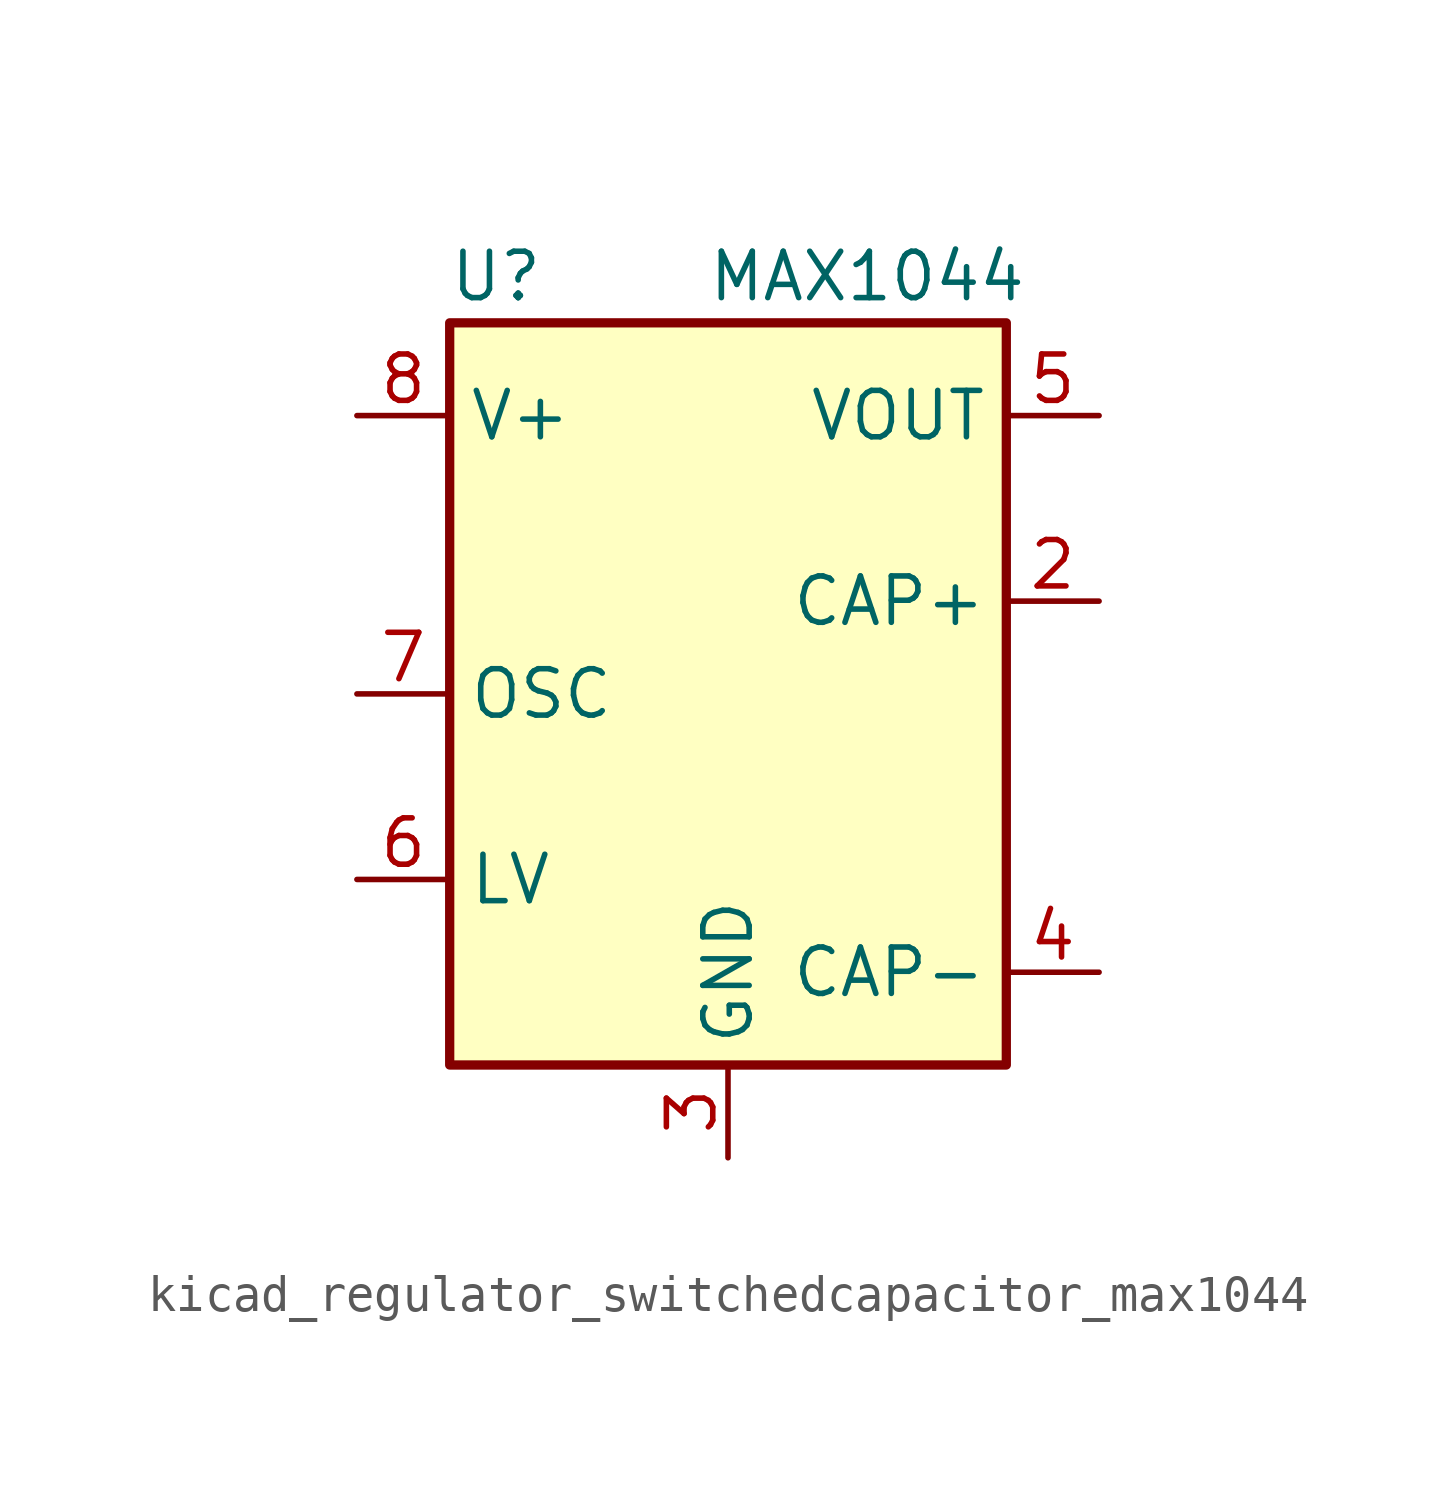
<source format=kicad_sym>
(kicad_symbol_lib
  (version 20220914)
  (generator kicad_symbol_editor)
  (symbol "kicad_regulator_switchedcapacitor_max1044"
    (property "Reference" "U"
      (at -6.35 11.43 0)
      (effects (font (size 1.27 1.27))))
    (property "Value" "MAX1044"
      (at 3.81 11.43 0)
      (effects (font (size 1.27 1.27))))
    (symbol "kicad_regulator_switchedcapacitor_max1044_0_1"
      (rectangle (start -7.62 10.16) (end 7.62 -10.16) (stroke (width 0.254) (type default)) (fill (type background))))
    (symbol "kicad_regulator_switchedcapacitor_max1044_1_1"
      (pin no_connect line (at -7.62 5.08 0) (length 2.54) hide (name "NC" (effects (font (size 1.27 1.27)))) (number "1" (effects (font (size 1.27 1.27)))))
      (pin input line (at 10.16 2.54 180) (length 2.54) (name "CAP+" (effects (font (size 1.27 1.27)))) (number "2" (effects (font (size 1.27 1.27)))))
      (pin power_in line (at 0 -12.7 90) (length 2.54) (name "GND" (effects (font (size 1.27 1.27)))) (number "3" (effects (font (size 1.27 1.27)))))
      (pin input line (at 10.16 -7.62 180) (length 2.54) (name "CAP-" (effects (font (size 1.27 1.27)))) (number "4" (effects (font (size 1.27 1.27)))))
      (pin power_out line (at 10.16 7.62 180) (length 2.54) (name "VOUT" (effects (font (size 1.27 1.27)))) (number "5" (effects (font (size 1.27 1.27)))))
      (pin input line (at -10.16 -5.08 0) (length 2.54) (name "LV" (effects (font (size 1.27 1.27)))) (number "6" (effects (font (size 1.27 1.27)))))
      (pin input line (at -10.16 0 0) (length 2.54) (name "OSC" (effects (font (size 1.27 1.27)))) (number "7" (effects (font (size 1.27 1.27)))))
      (pin power_in line (at -10.16 7.62 0) (length 2.54) (name "V+" (effects (font (size 1.27 1.27)))) (number "8" (effects (font (size 1.27 1.27))))))))
</source>
